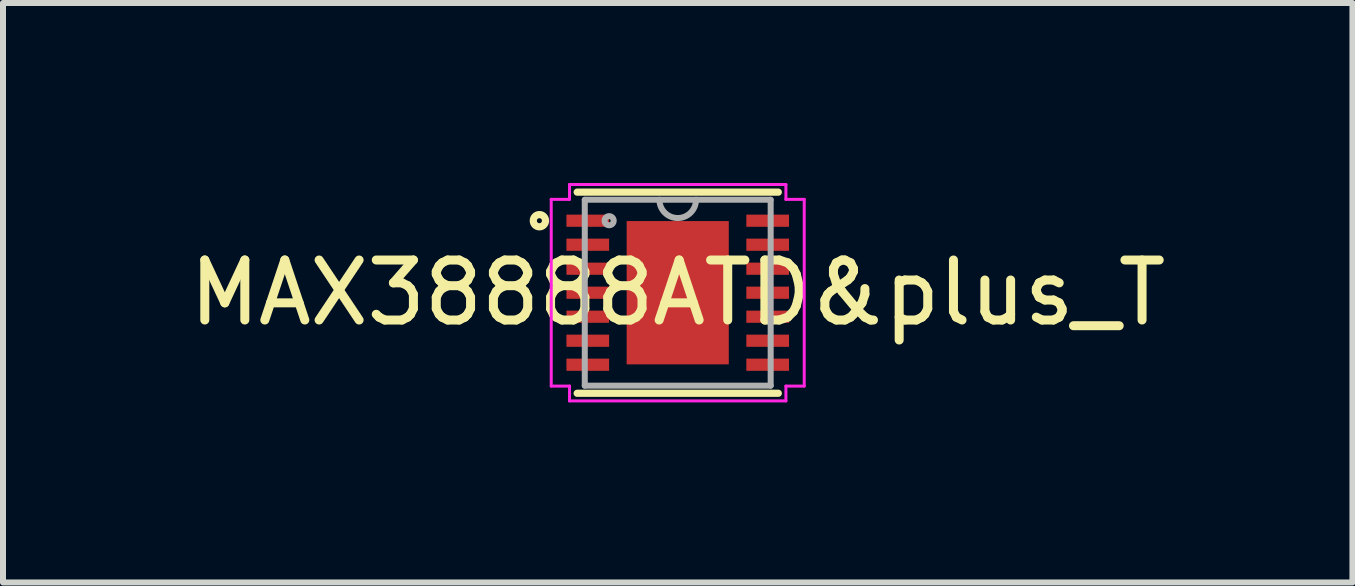
<source format=kicad_pcb>
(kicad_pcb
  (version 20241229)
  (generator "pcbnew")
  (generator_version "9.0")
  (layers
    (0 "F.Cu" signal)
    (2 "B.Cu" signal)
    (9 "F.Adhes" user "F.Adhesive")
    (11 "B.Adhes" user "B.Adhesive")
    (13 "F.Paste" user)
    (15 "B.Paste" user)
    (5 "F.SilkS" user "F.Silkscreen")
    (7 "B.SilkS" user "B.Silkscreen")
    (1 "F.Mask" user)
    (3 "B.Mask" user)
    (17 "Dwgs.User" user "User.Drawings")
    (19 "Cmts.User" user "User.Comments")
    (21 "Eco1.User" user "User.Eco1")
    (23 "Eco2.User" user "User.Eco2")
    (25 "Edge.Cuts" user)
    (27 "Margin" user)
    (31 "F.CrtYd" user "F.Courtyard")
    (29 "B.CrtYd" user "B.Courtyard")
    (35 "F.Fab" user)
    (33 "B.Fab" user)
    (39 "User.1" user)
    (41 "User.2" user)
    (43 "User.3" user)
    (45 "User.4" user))
  (footprint "MAX38888ATD&plus_T"
    (layer "F.Cu")
    (at 8.244 1.828)
    (property "Reference" "MAX38888ATD&plus_T" (at 0 0 0) (layer "F.SilkS") (effects (font (size 1 1) (thickness 0.15))))
    (attr smd)
    (fp_line (start -1.676 1.676) (end 1.676 1.676) (stroke (width 0.12) (type solid)) (layer "F.SilkS"))
    (fp_line (start 1.676 -1.676) (end -1.676 -1.676) (stroke (width 0.12) (type solid)) (layer "F.SilkS"))
    (fp_circle (center -2.305 -1.2) (end -2.203 -1.2) (stroke (width 0.12) (type solid)) (fill no) (layer "F.SilkS"))
    (fp_line (start -2.108 -1.556) (end -1.803 -1.556) (stroke (width 0.05) (type solid)) (layer "F.CrtYd"))
    (fp_line (start -2.108 1.556) (end -2.108 -1.556) (stroke (width 0.05) (type solid)) (layer "F.CrtYd"))
    (fp_line (start -1.803 -1.803) (end 1.803 -1.803) (stroke (width 0.05) (type solid)) (layer "F.CrtYd"))
    (fp_line (start -1.803 -1.556) (end -1.803 -1.803) (stroke (width 0.05) (type solid)) (layer "F.CrtYd"))
    (fp_line (start -1.803 1.556) (end -2.108 1.556) (stroke (width 0.05) (type solid)) (layer "F.CrtYd"))
    (fp_line (start -1.803 1.803) (end -1.803 1.556) (stroke (width 0.05) (type solid)) (layer "F.CrtYd"))
    (fp_line (start 1.803 -1.803) (end 1.803 -1.556) (stroke (width 0.05) (type solid)) (layer "F.CrtYd"))
    (fp_line (start 1.803 1.556) (end 1.803 1.803) (stroke (width 0.05) (type solid)) (layer "F.CrtYd"))
    (fp_line (start 1.803 1.803) (end -1.803 1.803) (stroke (width 0.05) (type solid)) (layer "F.CrtYd"))
    (fp_line (start 2.108 -1.556) (end 1.803 -1.556) (stroke (width 0.05) (type solid)) (layer "F.CrtYd"))
    (fp_line (start 2.108 -1.556) (end 2.108 1.556) (stroke (width 0.05) (type solid)) (layer "F.CrtYd"))
    (fp_line (start 2.108 1.556) (end 1.803 1.556) (stroke (width 0.05) (type solid)) (layer "F.CrtYd"))
    (fp_line (start -1.549 -1.549) (end -1.549 1.549) (stroke (width 0.1) (type solid)) (layer "F.Fab"))
    (fp_line (start -1.549 1.549) (end 1.549 1.549) (stroke (width 0.1) (type solid)) (layer "F.Fab"))
    (fp_line (start 1.549 -1.549) (end -1.549 -1.549) (stroke (width 0.1) (type solid)) (layer "F.Fab"))
    (fp_line (start 1.549 1.549) (end 1.549 -1.549) (stroke (width 0.1) (type solid)) (layer "F.Fab"))
    (fp_arc (start 0.3048 -1.5494) (mid 0 -1.2446) (end -0.3048 -1.5494) (stroke (width 0.1) (type solid)) (layer "F.Fab"))
    (fp_circle (center -1.143 -1.2) (end -1.067 -1.2) (stroke (width 0.1) (type solid)) (fill no) (layer "F.Fab"))
    (pad "1" smd rect (at -1.499 -1.2) (size 0.711 0.203) (layers "F.Cu" "F.Mask" "F.Paste"))
    (pad "2" smd rect (at -1.499 -0.8) (size 0.711 0.203) (layers "F.Cu" "F.Mask" "F.Paste"))
    (pad "3" smd rect (at -1.499 -0.4) (size 0.711 0.203) (layers "F.Cu" "F.Mask" "F.Paste"))
    (pad "4" smd rect (at -1.499 0) (size 0.711 0.203) (layers "F.Cu" "F.Mask" "F.Paste"))
    (pad "5" smd rect (at -1.499 0.4) (size 0.711 0.203) (layers "F.Cu" "F.Mask" "F.Paste"))
    (pad "6" smd rect (at -1.499 0.8) (size 0.711 0.203) (layers "F.Cu" "F.Mask" "F.Paste"))
    (pad "7" smd rect (at -1.499 1.2) (size 0.711 0.203) (layers "F.Cu" "F.Mask" "F.Paste"))
    (pad "8" smd rect (at 1.499 1.2) (size 0.711 0.203) (layers "F.Cu" "F.Mask" "F.Paste"))
    (pad "9" smd rect (at 1.499 0.8) (size 0.711 0.203) (layers "F.Cu" "F.Mask" "F.Paste"))
    (pad "10" smd rect (at 1.499 0.4) (size 0.711 0.203) (layers "F.Cu" "F.Mask" "F.Paste"))
    (pad "11" smd rect (at 1.499 0) (size 0.711 0.203) (layers "F.Cu" "F.Mask" "F.Paste"))
    (pad "12" smd rect (at 1.499 -0.4) (size 0.711 0.203) (layers "F.Cu" "F.Mask" "F.Paste"))
    (pad "13" smd rect (at 1.499 -0.8) (size 0.711 0.203) (layers "F.Cu" "F.Mask" "F.Paste"))
    (pad "14" smd rect (at 1.499 -1.2) (size 0.711 0.203) (layers "F.Cu" "F.Mask" "F.Paste"))
    (pad "15" smd rect (at 0 0) (size 1.702 2.388) (layers "F.Cu" "F.Mask" "F.Paste")))
  (gr_rect
    (start -3 -3)
    (end 19.488 6.657)
    (stroke (width 0.1) (type default))
    (fill no)
    (layer "Edge.Cuts")))
</source>
